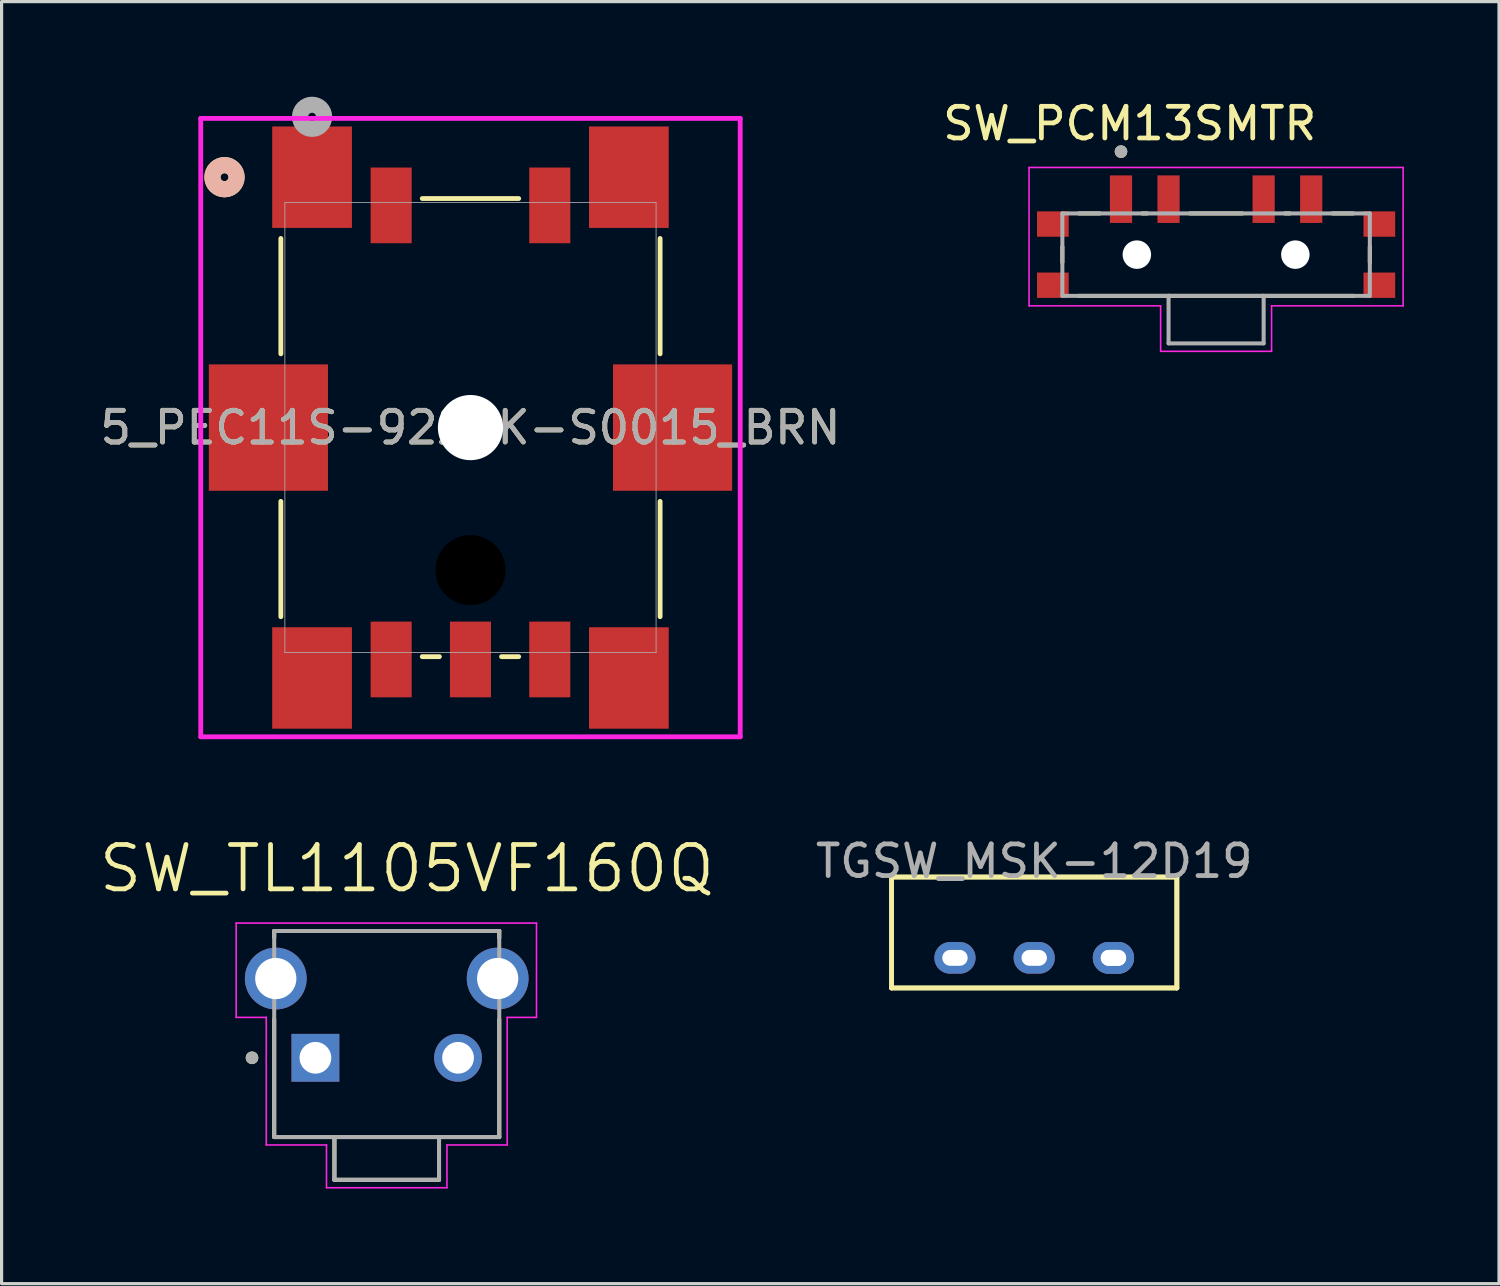
<source format=kicad_pcb>
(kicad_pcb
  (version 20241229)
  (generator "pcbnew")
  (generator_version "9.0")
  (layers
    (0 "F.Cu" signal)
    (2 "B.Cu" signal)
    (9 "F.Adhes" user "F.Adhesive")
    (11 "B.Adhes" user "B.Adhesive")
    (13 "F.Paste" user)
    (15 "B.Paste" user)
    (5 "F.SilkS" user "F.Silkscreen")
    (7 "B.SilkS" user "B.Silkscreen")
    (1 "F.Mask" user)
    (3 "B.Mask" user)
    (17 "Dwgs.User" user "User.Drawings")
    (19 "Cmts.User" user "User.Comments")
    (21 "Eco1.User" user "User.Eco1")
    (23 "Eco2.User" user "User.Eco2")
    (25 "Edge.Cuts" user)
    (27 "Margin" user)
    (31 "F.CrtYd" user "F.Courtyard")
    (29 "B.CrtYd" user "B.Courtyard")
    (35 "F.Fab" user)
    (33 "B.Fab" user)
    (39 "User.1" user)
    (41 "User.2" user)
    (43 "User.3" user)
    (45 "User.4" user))
  (footprint "5_PEC11S-9220K-S0015_BRN"
    (layer "F.Cu")
    (at 11.792 10.439)
    (property "Reference" "5_PEC11S-9220K-S0015_BRN" (at 0 0 0) (unlocked yes) (layer "F.SilkS") (effects (font (size 1 1) (thickness 0.15))))
    (attr smd)
    (fp_line (start -5.982 -5.966) (end -5.982 -2.327) (stroke (width 0.152) (type solid)) (layer "F.SilkS"))
    (fp_line (start -5.982 2.327) (end -5.982 5.966) (stroke (width 0.152) (type solid)) (layer "F.SilkS"))
    (fp_line (start -1.521 7.226) (end -0.98 7.226) (stroke (width 0.152) (type solid)) (layer "F.SilkS"))
    (fp_line (start 0.98 7.226) (end 1.521 7.226) (stroke (width 0.152) (type solid)) (layer "F.SilkS"))
    (fp_line (start 1.521 -7.226) (end -1.521 -7.226) (stroke (width 0.152) (type solid)) (layer "F.SilkS"))
    (fp_line (start 5.982 -2.327) (end 5.982 -5.966) (stroke (width 0.152) (type solid)) (layer "F.SilkS"))
    (fp_line (start 5.982 5.966) (end 5.982 2.327) (stroke (width 0.152) (type solid)) (layer "F.SilkS"))
    (fp_circle (center -7.76 -7.899) (end -7.379 -7.899) (stroke (width 0.508) (type solid)) (fill no) (layer "F.SilkS"))
    (fp_circle (center -7.76 -7.899) (end -7.379 -7.899) (stroke (width 0.508) (type solid)) (fill no) (layer "B.SilkS"))
    (fp_line (start -8.509 -9.754) (end -8.509 9.754) (stroke (width 0.152) (type solid)) (layer "F.CrtYd"))
    (fp_line (start -8.509 9.754) (end 8.509 9.754) (stroke (width 0.152) (type solid)) (layer "F.CrtYd"))
    (fp_line (start 8.509 -9.754) (end -8.509 -9.754) (stroke (width 0.152) (type solid)) (layer "F.CrtYd"))
    (fp_line (start 8.509 9.754) (end 8.509 -9.754) (stroke (width 0.152) (type solid)) (layer "F.CrtYd"))
    (fp_line (start -5.855 -7.099) (end -5.855 7.099) (stroke (width 0.025) (type solid)) (layer "F.Fab"))
    (fp_line (start -5.855 7.099) (end 5.855 7.099) (stroke (width 0.025) (type solid)) (layer "F.Fab"))
    (fp_line (start 5.855 -7.099) (end -5.855 -7.099) (stroke (width 0.025) (type solid)) (layer "F.Fab"))
    (fp_line (start 5.855 7.099) (end 5.855 -7.099) (stroke (width 0.025) (type solid)) (layer "F.Fab"))
    (fp_circle (center -4.997 -9.804) (end -4.616 -9.804) (stroke (width 0.508) (type solid)) (fill no) (layer "F.Fab"))
    (fp_text user "${REFERENCE}" (at 0 0 0) (unlocked yes) (layer "F.Fab") (effects (font (size 1 1) (thickness 0.15))))
    (pad "" np_thru_hole circle (at 0 0) (size 2.057 2.057) (drill 2.057) (layers "*.Cu" "*.Mask"))
    (pad "" np_thru_hole circle (at 0 4.496) (size 2.21 2.21) (drill 2.21) (layers))
    (pad "1" smd rect (at -2.502 -7.01) (size 1.295 2.388) (layers "F.Cu" "F.Mask" "F.Paste"))
    (pad "2" smd rect (at 2.502 -7.01) (size 1.295 2.388) (layers "F.Cu" "F.Mask" "F.Paste"))
    (pad "3" smd rect (at -2.502 7.315) (size 1.295 2.388) (layers "F.Cu" "F.Mask" "F.Paste"))
    (pad "4" smd rect (at 0 7.315) (size 1.295 2.388) (layers "F.Cu" "F.Mask" "F.Paste"))
    (pad "5" smd rect (at 2.502 7.315) (size 1.295 2.388) (layers "F.Cu" "F.Mask" "F.Paste"))
    (pad "6" smd rect (at -6.375 0) (size 3.759 3.988) (layers "F.Cu" "F.Mask" "F.Paste"))
    (pad "7" smd rect (at 6.375 0) (size 3.759 3.988) (layers "F.Cu" "F.Mask" "F.Paste"))
    (pad "8" smd rect (at -4.997 -7.899) (size 2.515 3.2) (layers "F.Cu" "F.Mask" "F.Paste"))
    (pad "9" smd rect (at 4.997 -7.899) (size 2.515 3.2) (layers "F.Cu" "F.Mask" "F.Paste"))
    (pad "10" smd rect (at -4.997 7.899) (size 2.515 3.2) (layers "F.Cu" "F.Mask" "F.Paste"))
    (pad "11" smd rect (at 4.997 7.899) (size 2.515 3.2) (layers "F.Cu" "F.Mask" "F.Paste")))
  (footprint "SW_TL1105VF160Q"
    (layer "F.Cu")
    (at 9.15 30.32)
    (property "Reference" "SW_TL1105VF160Q" (at 0.635 -5.969 0) (layer "F.SilkS") (effects (font (size 1.4 1.4) (thickness 0.15))))
    (attr through_hole)
    (fp_line (start -3.55 -4) (end 3.55 -4) (stroke (width 0.127) (type solid)) (layer "F.SilkS"))
    (fp_line (start -3.55 -3.788) (end -3.55 -4) (stroke (width 0.127) (type solid)) (layer "F.SilkS"))
    (fp_line (start -3.55 -1.212) (end -3.55 2.5) (stroke (width 0.127) (type solid)) (layer "F.SilkS"))
    (fp_line (start -3.55 2.5) (end -1.65 2.5) (stroke (width 0.127) (type solid)) (layer "F.SilkS"))
    (fp_line (start -1.65 2.5) (end -1.65 3.85) (stroke (width 0.127) (type solid)) (layer "F.SilkS"))
    (fp_line (start -1.65 2.5) (end 1.65 2.5) (stroke (width 0.127) (type solid)) (layer "F.SilkS"))
    (fp_line (start -1.65 3.85) (end 1.65 3.85) (stroke (width 0.127) (type solid)) (layer "F.SilkS"))
    (fp_line (start 1.65 2.5) (end 3.55 2.5) (stroke (width 0.127) (type solid)) (layer "F.SilkS"))
    (fp_line (start 1.65 3.85) (end 1.65 2.5) (stroke (width 0.127) (type solid)) (layer "F.SilkS"))
    (fp_line (start 3.55 -4) (end 3.55 -3.788) (stroke (width 0.127) (type solid)) (layer "F.SilkS"))
    (fp_line (start 3.55 2.5) (end 3.55 -1.212) (stroke (width 0.127) (type solid)) (layer "F.SilkS"))
    (fp_circle (center -4.25 0) (end -4.15 0) (stroke (width 0.2) (type solid)) (fill no) (layer "F.SilkS"))
    (fp_line (start -4.75 -4.25) (end -4.75 -1.275) (stroke (width 0.05) (type solid)) (layer "F.CrtYd"))
    (fp_line (start -4.75 -1.275) (end -3.8 -1.275) (stroke (width 0.05) (type solid)) (layer "F.CrtYd"))
    (fp_line (start -3.8 -1.275) (end -3.8 2.75) (stroke (width 0.05) (type solid)) (layer "F.CrtYd"))
    (fp_line (start -3.8 2.75) (end -1.9 2.75) (stroke (width 0.05) (type solid)) (layer "F.CrtYd"))
    (fp_line (start -1.9 2.75) (end -1.9 4.1) (stroke (width 0.05) (type solid)) (layer "F.CrtYd"))
    (fp_line (start -1.9 4.1) (end 1.9 4.1) (stroke (width 0.05) (type solid)) (layer "F.CrtYd"))
    (fp_line (start 1.9 2.75) (end 3.8 2.75) (stroke (width 0.05) (type solid)) (layer "F.CrtYd"))
    (fp_line (start 1.9 4.1) (end 1.9 2.75) (stroke (width 0.05) (type solid)) (layer "F.CrtYd"))
    (fp_line (start 3.8 -1.275) (end 4.725 -1.275) (stroke (width 0.05) (type solid)) (layer "F.CrtYd"))
    (fp_line (start 3.8 2.75) (end 3.8 -1.275) (stroke (width 0.05) (type solid)) (layer "F.CrtYd"))
    (fp_line (start 4.725 -4.25) (end -4.75 -4.25) (stroke (width 0.05) (type solid)) (layer "F.CrtYd"))
    (fp_line (start 4.725 -1.275) (end 4.725 -4.25) (stroke (width 0.05) (type solid)) (layer "F.CrtYd"))
    (fp_line (start -3.55 -4) (end -3.55 2.5) (stroke (width 0.127) (type solid)) (layer "F.Fab"))
    (fp_line (start -3.55 2.5) (end 3.55 2.5) (stroke (width 0.127) (type solid)) (layer "F.Fab"))
    (fp_line (start -1.65 2.54) (end -1.65 3.85) (stroke (width 0.127) (type solid)) (layer "F.Fab"))
    (fp_line (start -1.65 3.85) (end 1.65 3.85) (stroke (width 0.127) (type solid)) (layer "F.Fab"))
    (fp_line (start 1.65 3.85) (end 1.65 2.54) (stroke (width 0.127) (type solid)) (layer "F.Fab"))
    (fp_line (start 3.55 -4) (end -3.55 -4) (stroke (width 0.127) (type solid)) (layer "F.Fab"))
    (fp_line (start 3.55 2.5) (end 3.55 -4) (stroke (width 0.127) (type solid)) (layer "F.Fab"))
    (fp_circle (center -4.25 0) (end -4.15 0) (stroke (width 0.2) (type solid)) (fill no) (layer "F.Fab"))
    (pad "1" thru_hole rect (at -2.25 0) (size 1.508 1.508) (drill 1) (layers "*.Cu" "*.Mask"))
    (pad "2" thru_hole circle (at 2.25 0) (size 1.508 1.508) (drill 1) (layers "*.Cu" "*.Mask"))
    (pad "S1" thru_hole circle (at -3.5 -2.5) (size 1.95 1.95) (drill 1.3) (layers "*.Cu" "*.Mask"))
    (pad "S2" thru_hole circle (at 3.5 -2.5) (size 1.95 1.95) (drill 1.3) (layers "*.Cu" "*.Mask")))
  (footprint "SW_PCM13SMTR"
    (layer "F.Cu")
    (at 35.314 4.983)
    (property "Reference" "SW_PCM13SMTR" (at -2.725 -4.135 0) (layer "F.SilkS") (effects (font (size 1 1) (thickness 0.15))))
    (attr smd)
    (fp_line (start -4.85 0.245) (end -4.85 -0.245) (stroke (width 0.127) (type solid)) (layer "F.SilkS"))
    (fp_line (start -4.33 -1.3) (end -3.67 -1.3) (stroke (width 0.127) (type solid)) (layer "F.SilkS"))
    (fp_line (start -2.33 -1.3) (end -2.17 -1.3) (stroke (width 0.127) (type solid)) (layer "F.SilkS"))
    (fp_line (start -0.83 -1.3) (end 0.83 -1.3) (stroke (width 0.127) (type solid)) (layer "F.SilkS"))
    (fp_line (start 2.33 -1.3) (end 2.17 -1.3) (stroke (width 0.127) (type solid)) (layer "F.SilkS"))
    (fp_line (start 3.67 -1.3) (end 4.33 -1.3) (stroke (width 0.127) (type solid)) (layer "F.SilkS"))
    (fp_line (start 4.33 1.3) (end -4.33 1.3) (stroke (width 0.127) (type solid)) (layer "F.SilkS"))
    (fp_line (start 4.85 -0.245) (end 4.85 0.245) (stroke (width 0.127) (type solid)) (layer "F.SilkS"))
    (fp_circle (center -3 -3.25) (end -2.9 -3.25) (stroke (width 0.2) (type solid)) (fill no) (layer "F.SilkS"))
    (fp_line (start -5.9 -2.75) (end -5.9 1.615) (stroke (width 0.05) (type solid)) (layer "F.CrtYd"))
    (fp_line (start -5.9 1.615) (end -1.75 1.615) (stroke (width 0.05) (type solid)) (layer "F.CrtYd"))
    (fp_line (start -1.75 1.615) (end -1.75 3.05) (stroke (width 0.05) (type solid)) (layer "F.CrtYd"))
    (fp_line (start -1.75 3.05) (end 1.75 3.05) (stroke (width 0.05) (type solid)) (layer "F.CrtYd"))
    (fp_line (start 1.75 1.615) (end 5.9 1.615) (stroke (width 0.05) (type solid)) (layer "F.CrtYd"))
    (fp_line (start 1.75 3.05) (end 1.75 1.615) (stroke (width 0.05) (type solid)) (layer "F.CrtYd"))
    (fp_line (start 5.9 -2.75) (end -5.9 -2.75) (stroke (width 0.05) (type solid)) (layer "F.CrtYd"))
    (fp_line (start 5.9 1.615) (end 5.9 -2.75) (stroke (width 0.05) (type solid)) (layer "F.CrtYd"))
    (fp_line (start -4.85 -1.3) (end 4.85 -1.3) (stroke (width 0.127) (type solid)) (layer "F.Fab"))
    (fp_line (start -4.85 1.3) (end -4.85 -1.3) (stroke (width 0.127) (type solid)) (layer "F.Fab"))
    (fp_line (start -1.5 1.3) (end -4.85 1.3) (stroke (width 0.127) (type solid)) (layer "F.Fab"))
    (fp_line (start -1.5 1.3) (end -1.5 2.8) (stroke (width 0.127) (type solid)) (layer "F.Fab"))
    (fp_line (start -1.5 2.8) (end 1.5 2.8) (stroke (width 0.127) (type solid)) (layer "F.Fab"))
    (fp_line (start 1.5 1.3) (end -1.5 1.3) (stroke (width 0.127) (type solid)) (layer "F.Fab"))
    (fp_line (start 1.5 2.8) (end 1.5 1.3) (stroke (width 0.127) (type solid)) (layer "F.Fab"))
    (fp_line (start 4.85 -1.3) (end 4.85 1.3) (stroke (width 0.127) (type solid)) (layer "F.Fab"))
    (fp_line (start 4.85 1.3) (end 1.5 1.3) (stroke (width 0.127) (type solid)) (layer "F.Fab"))
    (fp_circle (center -3 -3.25) (end -2.9 -3.25) (stroke (width 0.2) (type solid)) (fill no) (layer "F.Fab"))
    (pad "" np_thru_hole circle (at -2.5 0) (size 0.9 0.9) (drill 0.9) (layers "*.Cu" "*.Mask"))
    (pad "" np_thru_hole circle (at 2.5 0) (size 0.9 0.9) (drill 0.9) (layers "*.Cu" "*.Mask"))
    (pad "1" smd rect (at -3 -1.75) (size 0.7 1.5) (layers "F.Cu" "F.Mask" "F.Paste"))
    (pad "2" smd rect (at -1.5 -1.75) (size 0.7 1.5) (layers "F.Cu" "F.Mask" "F.Paste"))
    (pad "3" smd rect (at 1.5 -1.75) (size 0.7 1.5) (layers "F.Cu" "F.Mask" "F.Paste"))
    (pad "4" smd rect (at 3 -1.75) (size 0.7 1.5) (layers "F.Cu" "F.Mask" "F.Paste"))
    (pad "SH" smd rect (at -5.15 -0.965) (size 1 0.8) (layers "F.Cu" "F.Mask" "F.Paste"))
    (pad "SH1" smd rect (at 5.15 -0.965) (size 1 0.8) (layers "F.Cu" "F.Mask" "F.Paste"))
    (pad "SH2" smd rect (at -5.15 0.965) (size 1 0.8) (layers "F.Cu" "F.Mask" "F.Paste"))
    (pad "SH3" smd rect (at 5.15 0.965) (size 1 0.8) (layers "F.Cu" "F.Mask" "F.Paste")))
  (footprint "TGSW_MSK-12D19"
    (layer "F.Cu")
    (at 29.576 26.117)
    (property "Reference" "TGSW_MSK-12D19" (at 0 -2 0) (layer "F.Fab") (effects (font (size 1 1) (thickness 0.15))))
    (attr through_hole)
    (fp_line (start -4.5 -1.5) (end 4.5 -1.5) (stroke (width 0.15) (type solid)) (layer "F.SilkS"))
    (fp_line (start -4.5 -1.5) (end 4.5 -1.5) (stroke (width 0.15) (type solid)) (layer "F.SilkS"))
    (fp_line (start -4.5 2) (end -4.5 -1.5) (stroke (width 0.15) (type solid)) (layer "F.SilkS"))
    (fp_line (start -4.5 2) (end -4.5 -1.5) (stroke (width 0.15) (type solid)) (layer "F.SilkS"))
    (fp_line (start 4.5 -1.5) (end 4.5 2) (stroke (width 0.15) (type solid)) (layer "F.SilkS"))
    (fp_line (start 4.5 -1.5) (end 4.5 2) (stroke (width 0.15) (type solid)) (layer "F.SilkS"))
    (fp_line (start 4.5 2) (end -4.5 2) (stroke (width 0.15) (type solid)) (layer "F.SilkS"))
    (fp_line (start 4.5 2) (end -4.5 2) (stroke (width 0.15) (type solid)) (layer "F.SilkS"))
    (pad "1" thru_hole oval (at -2.5 1.05) (size 1.3 1) (drill oval 0.8 0.5) (layers "*.Cu" "*.Mask"))
    (pad "2" thru_hole oval (at 0 1.05) (size 1.3 1) (drill oval 0.8 0.5) (layers "*.Cu" "*.Mask"))
    (pad "3" thru_hole oval (at 2.5 1.05) (size 1.3 1) (drill oval 0.8 0.5) (layers "*.Cu" "*.Mask"))
    (pad "3" thru_hole oval (at 2.5 1.05) (size 1.3 1) (drill oval 0.8 0.5) (layers "*.Cu" "*.Mask")))
  (gr_rect
    (start -3 -3)
    (end 44.239 37.445)
    (stroke (width 0.1) (type default))
    (fill no)
    (layer "Edge.Cuts")))
</source>
